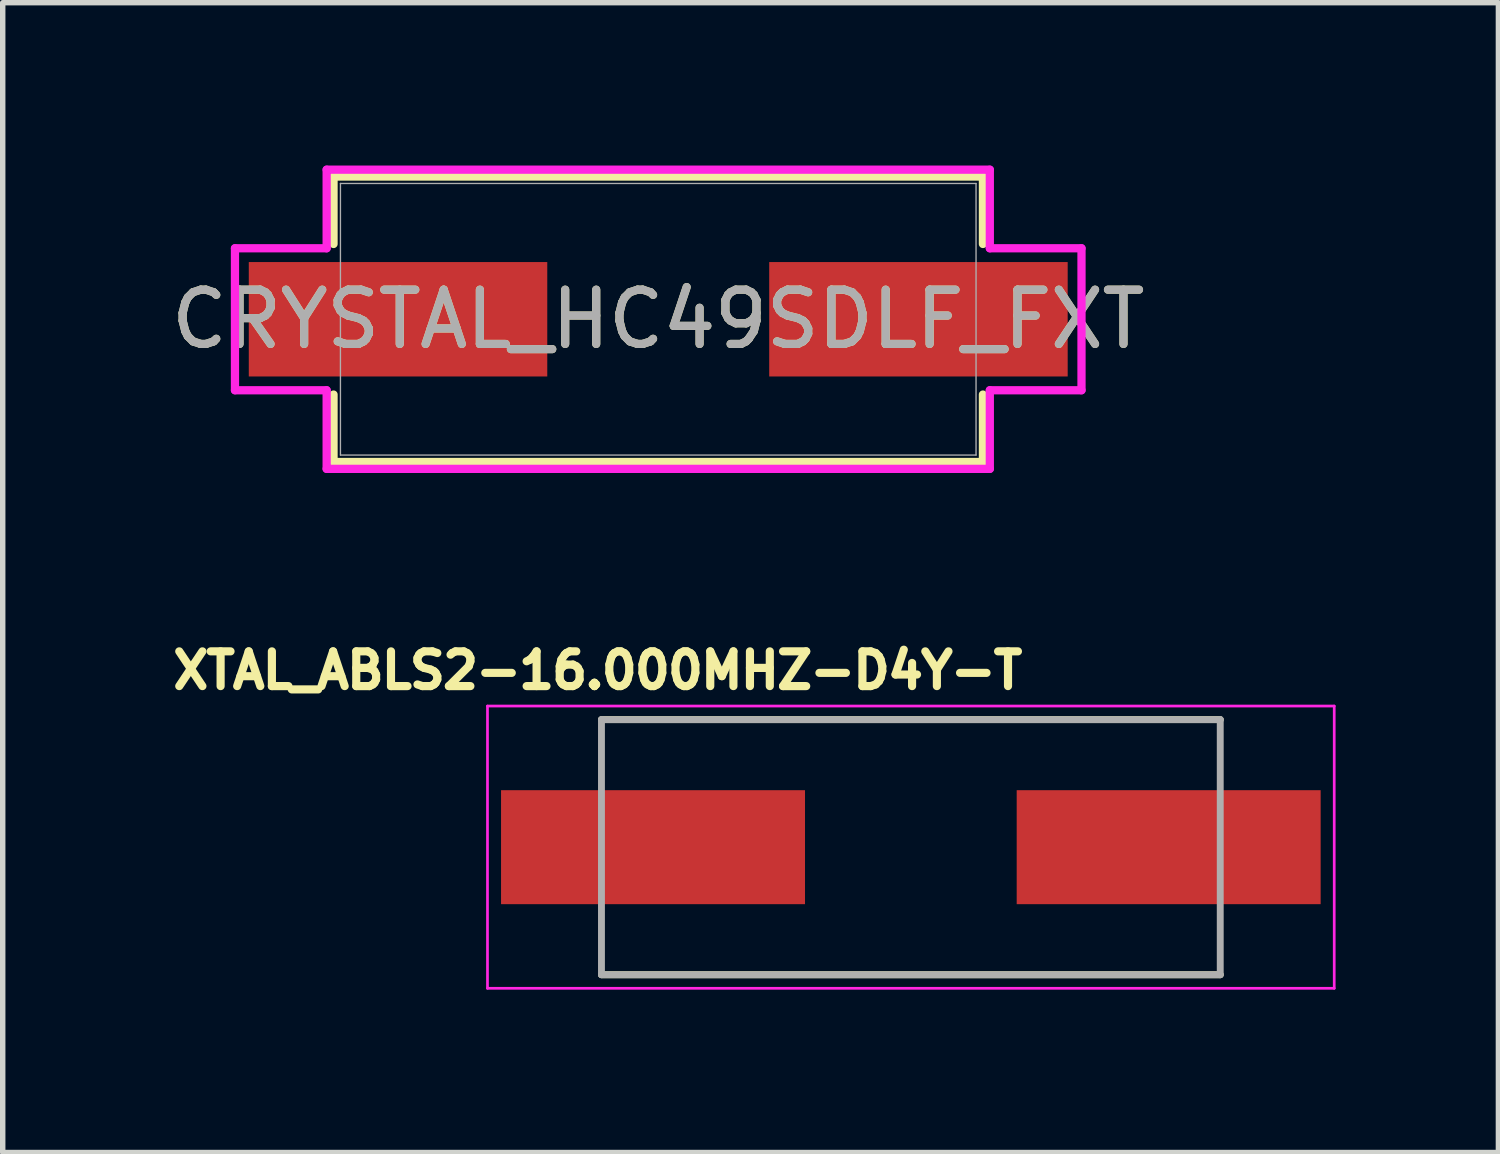
<source format=kicad_pcb>
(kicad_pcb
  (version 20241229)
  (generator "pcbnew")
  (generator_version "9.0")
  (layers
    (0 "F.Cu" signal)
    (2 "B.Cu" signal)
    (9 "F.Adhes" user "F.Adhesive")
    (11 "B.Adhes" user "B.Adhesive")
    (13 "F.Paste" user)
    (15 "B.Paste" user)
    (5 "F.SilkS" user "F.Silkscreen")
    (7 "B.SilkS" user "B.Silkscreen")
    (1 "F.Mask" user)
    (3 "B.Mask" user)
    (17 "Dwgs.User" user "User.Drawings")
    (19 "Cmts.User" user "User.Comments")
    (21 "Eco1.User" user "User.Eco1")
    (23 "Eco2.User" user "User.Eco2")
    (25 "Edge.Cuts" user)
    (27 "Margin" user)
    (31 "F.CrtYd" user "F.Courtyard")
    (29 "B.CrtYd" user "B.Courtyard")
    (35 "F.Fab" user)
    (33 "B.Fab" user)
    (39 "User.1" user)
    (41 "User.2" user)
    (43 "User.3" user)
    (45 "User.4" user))
  (footprint "CRYSTAL_HC49SDLF_FXT"
    (layer "F.Cu")
    (at 9.077 2.832)
    (property "Reference" "CRYSTAL_HC49SDLF_FXT" (at 0 0 0) (unlocked yes) (layer "F.SilkS") (effects (font (size 1 1) (thickness 0.15))))
    (attr smd)
    (fp_line (start -5.982 -2.629) (end -5.982 -1.387) (stroke (width 0.152) (type solid)) (layer "F.SilkS"))
    (fp_line (start -5.982 1.387) (end -5.982 2.629) (stroke (width 0.152) (type solid)) (layer "F.SilkS"))
    (fp_line (start -5.982 2.629) (end 5.982 2.629) (stroke (width 0.152) (type solid)) (layer "F.SilkS"))
    (fp_line (start 5.982 -2.629) (end -5.982 -2.629) (stroke (width 0.152) (type solid)) (layer "F.SilkS"))
    (fp_line (start 5.982 -1.387) (end 5.982 -2.629) (stroke (width 0.152) (type solid)) (layer "F.SilkS"))
    (fp_line (start 5.982 2.629) (end 5.982 1.387) (stroke (width 0.152) (type solid)) (layer "F.SilkS"))
    (fp_line (start -7.798 -1.308) (end -6.109 -1.308) (stroke (width 0.152) (type solid)) (layer "F.CrtYd"))
    (fp_line (start -7.798 1.308) (end -7.798 -1.308) (stroke (width 0.152) (type solid)) (layer "F.CrtYd"))
    (fp_line (start -6.109 -2.756) (end 6.109 -2.756) (stroke (width 0.152) (type solid)) (layer "F.CrtYd"))
    (fp_line (start -6.109 -1.308) (end -6.109 -2.756) (stroke (width 0.152) (type solid)) (layer "F.CrtYd"))
    (fp_line (start -6.109 1.308) (end -7.798 1.308) (stroke (width 0.152) (type solid)) (layer "F.CrtYd"))
    (fp_line (start -6.109 2.756) (end -6.109 1.308) (stroke (width 0.152) (type solid)) (layer "F.CrtYd"))
    (fp_line (start 6.109 -2.756) (end 6.109 -1.308) (stroke (width 0.152) (type solid)) (layer "F.CrtYd"))
    (fp_line (start 6.109 -1.308) (end 7.798 -1.308) (stroke (width 0.152) (type solid)) (layer "F.CrtYd"))
    (fp_line (start 6.109 1.308) (end 6.109 2.756) (stroke (width 0.152) (type solid)) (layer "F.CrtYd"))
    (fp_line (start 6.109 2.756) (end -6.109 2.756) (stroke (width 0.152) (type solid)) (layer "F.CrtYd"))
    (fp_line (start 7.798 -1.308) (end 7.798 1.308) (stroke (width 0.152) (type solid)) (layer "F.CrtYd"))
    (fp_line (start 7.798 1.308) (end 6.109 1.308) (stroke (width 0.152) (type solid)) (layer "F.CrtYd"))
    (fp_line (start -5.855 -2.502) (end -5.855 2.502) (stroke (width 0.025) (type solid)) (layer "F.Fab"))
    (fp_line (start -5.855 2.502) (end 5.855 2.502) (stroke (width 0.025) (type solid)) (layer "F.Fab"))
    (fp_line (start 5.855 -2.502) (end -5.855 -2.502) (stroke (width 0.025) (type solid)) (layer "F.Fab"))
    (fp_line (start 5.855 2.502) (end 5.855 -2.502) (stroke (width 0.025) (type solid)) (layer "F.Fab"))
    (fp_text user "${REFERENCE}" (at 0 0 0) (unlocked yes) (layer "F.Fab") (effects (font (size 1 1) (thickness 0.15))))
    (pad "1" smd rect (at -4.794 0) (size 5.499 2.108) (layers "F.Cu" "F.Mask" "F.Paste"))
    (pad "2" smd rect (at 4.794 0) (size 5.499 2.108) (layers "F.Cu" "F.Mask" "F.Paste"))
    (zone (net_name "") (layer "F.Cu") (hatch full 0.508) (connect_pads) (min_thickness 0.254) (filled_areas_thickness no) (keepout (tracks not_allowed) (vias not_allowed) (pads allowed) (copperpour not_allowed) (footprints allowed)) (placement (enabled no)) (fill) (polygon (pts (xy 7.083 0.381) (xy 11.071 0.381) (xy 11.071 5.283) (xy 7.083 5.283)))))
  (footprint "XTAL_ABLS2-16.000MHZ-D4Y-T"
    (layer "F.Cu")
    (at 13.731 12.558)
    (property "Reference" "XTAL_ABLS2-16.000MHZ-D4Y-T" (at -5.768 -3.256 0) (layer "F.SilkS") (effects (font (size 0.64 0.64) (thickness 0.15))))
    (attr smd)
    (fp_line (start -5.7 -2.35) (end 5.7 -2.35) (stroke (width 0.127) (type solid)) (layer "F.SilkS"))
    (fp_line (start -5.7 2.35) (end 5.7 2.35) (stroke (width 0.127) (type solid)) (layer "F.SilkS"))
    (fp_line (start -7.8 -2.6) (end -7.8 2.6) (stroke (width 0.05) (type solid)) (layer "F.CrtYd"))
    (fp_line (start -7.8 2.6) (end 7.8 2.6) (stroke (width 0.05) (type solid)) (layer "F.CrtYd"))
    (fp_line (start 7.8 -2.6) (end -7.8 -2.6) (stroke (width 0.05) (type solid)) (layer "F.CrtYd"))
    (fp_line (start 7.8 2.6) (end 7.8 -2.6) (stroke (width 0.05) (type solid)) (layer "F.CrtYd"))
    (fp_line (start -5.7 -2.35) (end -5.7 2.35) (stroke (width 0.127) (type solid)) (layer "F.Fab"))
    (fp_line (start -5.7 -2.35) (end 5.7 -2.35) (stroke (width 0.127) (type solid)) (layer "F.Fab"))
    (fp_line (start -5.7 2.35) (end 5.7 2.35) (stroke (width 0.127) (type solid)) (layer "F.Fab"))
    (fp_line (start 5.7 -2.35) (end 5.7 2.35) (stroke (width 0.127) (type solid)) (layer "F.Fab"))
    (pad "1" smd rect (at -4.75 0) (size 5.6 2.1) (layers "F.Cu" "F.Mask" "F.Paste"))
    (pad "2" smd rect (at 4.75 0) (size 5.6 2.1) (layers "F.Cu" "F.Mask" "F.Paste")))
  (gr_rect
    (start -3 -3)
    (end 24.556 18.183)
    (stroke (width 0.1) (type default))
    (fill no)
    (layer "Edge.Cuts")))
</source>
